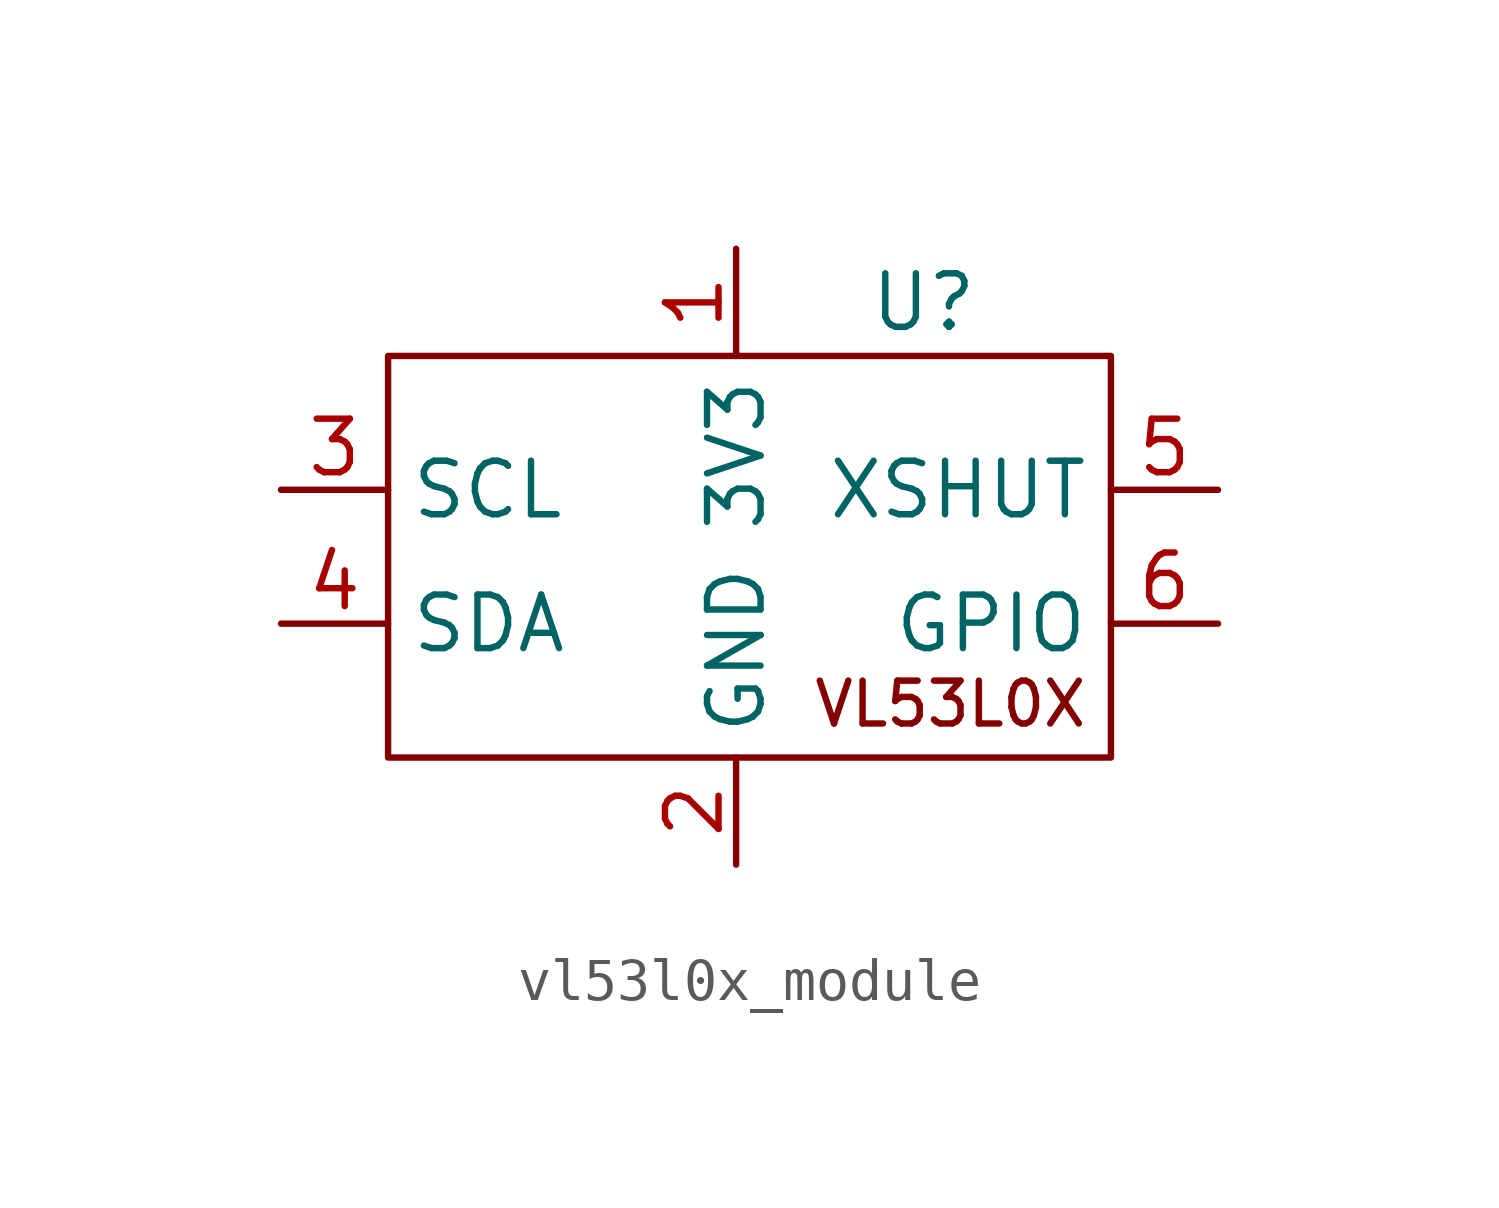
<source format=kicad_sym>
(kicad_symbol_lib
  (version 20220914)
  (generator kicad_symbol_editor)
  (symbol "vl53l0x_module"
    (property "Reference" "U"
      (at 4.445 10.795 0)
      (effects (font (size 1.27 1.27))))
    (property "Value" ""
      (at 0 0 0)
      (effects (font (size 1.27 1.27))))
    (symbol "vl53l0x_module_0_1"
      (rectangle (start -8.255 9.525) (end 8.89 0) (stroke (width 0) (type default)) (fill (type none))))
    (symbol "vl53l0x_module_1_1"
      (text "VL53L0X" (at 5.08 1.27 0) (effects (font (size 1.016 1.016))))
      (pin power_in line (at 0 12.065 270) (length 2.54) (name "3V3" (effects (font (size 1.27 1.27)))) (number "1" (effects (font (size 1.27 1.27)))))
      (pin power_in line (at 0 -2.54 90) (length 2.54) (name "GND" (effects (font (size 1.27 1.27)))) (number "2" (effects (font (size 1.27 1.27)))))
      (pin passive line (at -10.795 6.35 0) (length 2.54) (name "SCL" (effects (font (size 1.27 1.27)))) (number "3" (effects (font (size 1.27 1.27)))))
      (pin passive line (at -10.795 3.175 0) (length 2.54) (name "SDA" (effects (font (size 1.27 1.27)))) (number "4" (effects (font (size 1.27 1.27)))))
      (pin passive line (at 11.43 6.35 180) (length 2.54) (name "XSHUT" (effects (font (size 1.27 1.27)))) (number "5" (effects (font (size 1.27 1.27)))))
      (pin passive line (at 11.43 3.175 180) (length 2.54) (name "GPIO" (effects (font (size 1.27 1.27)))) (number "6" (effects (font (size 1.27 1.27))))))))
</source>
